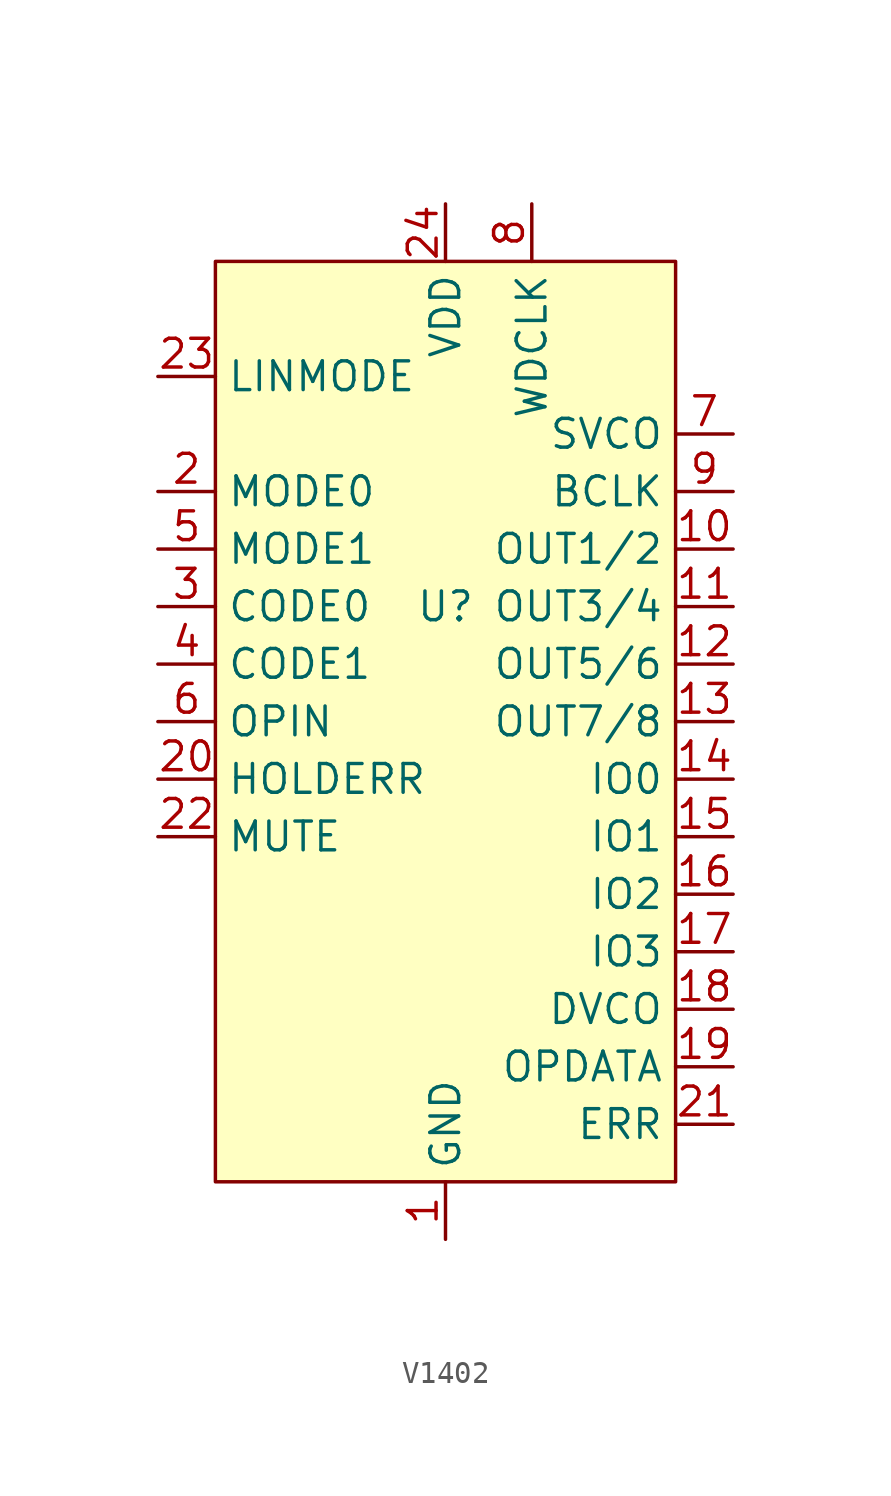
<source format=kicad_sym>
(kicad_symbol_lib
  (version 20231120)
  (generator "kicad_symbol_editor")
  (generator_version "8.0")
  (symbol "V1402"
    (property "Reference" "U"
      (at 0 0 0)
      (effects (font (size 1.27 1.27))))
    (property "Value" ""
      (at 0 0 0)
      (effects (font (size 1.27 1.27))))
    (symbol "V1402_1_0"
      (pin output line (at 12.7 2.54 180) (length 2.54) (name "OUT1/2" (effects (font (size 1.27 1.27)))) (number "10" (effects (font (size 1.27 1.27)))))
      (pin output line (at 12.7 0 180) (length 2.54) (name "OUT3/4" (effects (font (size 1.27 1.27)))) (number "11" (effects (font (size 1.27 1.27)))))
      (pin output line (at 12.7 -2.54 180) (length 2.54) (name "OUT5/6" (effects (font (size 1.27 1.27)))) (number "12" (effects (font (size 1.27 1.27)))))
      (pin output line (at 12.7 -5.08 180) (length 2.54) (name "OUT7/8" (effects (font (size 1.27 1.27)))) (number "13" (effects (font (size 1.27 1.27)))))
      (pin output line (at 12.7 -7.62 180) (length 2.54) (name "IO0" (effects (font (size 1.27 1.27)))) (number "14" (effects (font (size 1.27 1.27)))))
      (pin output line (at 12.7 -10.16 180) (length 2.54) (name "IO1" (effects (font (size 1.27 1.27)))) (number "15" (effects (font (size 1.27 1.27)))))
      (pin output line (at 12.7 -12.7 180) (length 2.54) (name "IO2" (effects (font (size 1.27 1.27)))) (number "16" (effects (font (size 1.27 1.27)))))
      (pin output line (at 12.7 -15.24 180) (length 2.54) (name "IO3" (effects (font (size 1.27 1.27)))) (number "17" (effects (font (size 1.27 1.27)))))
      (pin output line (at 12.7 -17.78 180) (length 2.54) (name "DVCO" (effects (font (size 1.27 1.27)))) (number "18" (effects (font (size 1.27 1.27)))))
      (pin output line (at 12.7 -20.32 180) (length 2.54) (name "OPDATA" (effects (font (size 1.27 1.27)))) (number "19" (effects (font (size 1.27 1.27)))))
      (pin input line (at -12.7 -7.62 0) (length 2.54) (name "HOLDERR" (effects (font (size 1.27 1.27)))) (number "20" (effects (font (size 1.27 1.27)))))
      (pin output line (at 12.7 -22.86 180) (length 2.54) (name "ERR" (effects (font (size 1.27 1.27)))) (number "21" (effects (font (size 1.27 1.27)))))
      (pin input line (at -12.7 -10.16 0) (length 2.54) (name "MUTE" (effects (font (size 1.27 1.27)))) (number "22" (effects (font (size 1.27 1.27)))))
      (pin input line (at -12.7 10.16 0) (length 2.54) (name "LINMODE" (effects (font (size 1.27 1.27)))) (number "23" (effects (font (size 1.27 1.27)))))
      (pin power_in line (at 0 17.78 270) (length 2.54) (name "VDD" (effects (font (size 1.27 1.27)))) (number "24" (effects (font (size 1.27 1.27)))))
      (pin input line (at -12.7 -2.54 0) (length 2.54) (name "CODE1" (effects (font (size 1.27 1.27)))) (number "4" (effects (font (size 1.27 1.27)))))
      (pin input line (at -12.7 2.54 0) (length 2.54) (name "MODE1" (effects (font (size 1.27 1.27)))) (number "5" (effects (font (size 1.27 1.27)))))
      (pin input line (at -12.7 -5.08 0) (length 2.54) (name "OPIN" (effects (font (size 1.27 1.27)))) (number "6" (effects (font (size 1.27 1.27)))))
      (pin output line (at 12.7 7.62 180) (length 2.54) (name "SVCO" (effects (font (size 1.27 1.27)))) (number "7" (effects (font (size 1.27 1.27)))))
      (pin bidirectional line (at 3.81 17.78 270) (length 2.54) (name "WDCLK" (effects (font (size 1.27 1.27)))) (number "8" (effects (font (size 1.27 1.27)))))
      (pin output line (at 12.7 5.08 180) (length 2.54) (name "BCLK" (effects (font (size 1.27 1.27)))) (number "9" (effects (font (size 1.27 1.27))))))
    (symbol "V1402_1_1"
      (rectangle (start -10.16 15.24) (end 10.16 -25.4) (stroke (width 0) (type default)) (fill (type background)))
      (pin power_in line (at 0 -27.94 90) (length 2.54) (name "GND" (effects (font (size 1.27 1.27)))) (number "1" (effects (font (size 1.27 1.27)))))
      (pin input line (at -12.7 5.08 0) (length 2.54) (name "MODE0" (effects (font (size 1.27 1.27)))) (number "2" (effects (font (size 1.27 1.27)))))
      (pin input line (at -12.7 0 0) (length 2.54) (name "CODE0" (effects (font (size 1.27 1.27)))) (number "3" (effects (font (size 1.27 1.27))))))))
</source>
